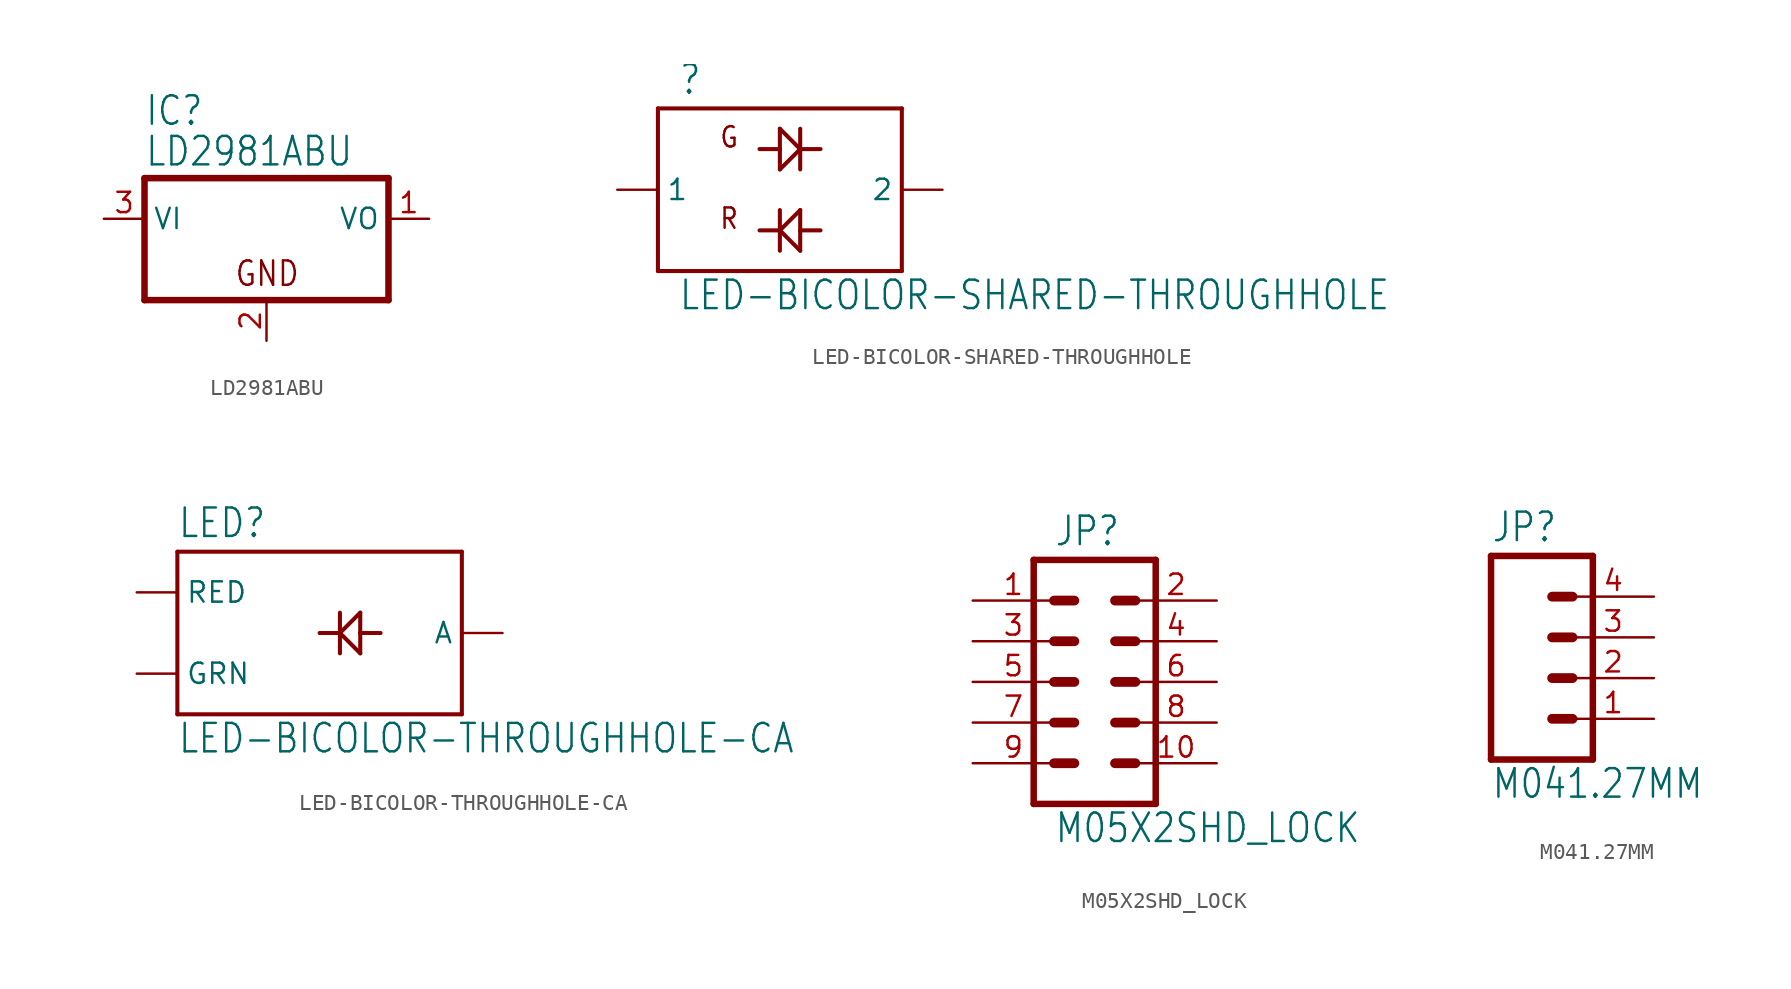
<source format=kicad_sym>
(kicad_symbol_lib
  (version 20211014)
  (generator kicad_symbol_editor)
  (symbol "LD2981ABU"
    (property "Reference" "IC"
      (at -7.62 5.715 0)
      (effects (font (size 1.778 1.511)) (justify left bottom)))
    (property "Value" "LD2981ABU"
      (at -7.62 3.175 0)
      (effects (font (size 1.778 1.511)) (justify left bottom)))
    (property "ki_locked" ""
      (at 0 0 0)
      (effects (font (size 1.27 1.27))))
    (symbol "LD2981ABU_1_0"
      (polyline (pts (xy -7.62 -5.08) (xy 7.62 -5.08)) (stroke (width 0.406) (type default) (color 0 0 0 0)) (fill (type none)))
      (polyline (pts (xy -7.62 2.54) (xy -7.62 -5.08)) (stroke (width 0.406) (type default) (color 0 0 0 0)) (fill (type none)))
      (polyline (pts (xy 7.62 -5.08) (xy 7.62 2.54)) (stroke (width 0.406) (type default) (color 0 0 0 0)) (fill (type none)))
      (polyline (pts (xy 7.62 2.54) (xy -7.62 2.54)) (stroke (width 0.406) (type default) (color 0 0 0 0)) (fill (type none)))
      (text "GND" (at -2.032 -4.318 0) (effects (font (size 1.524 1.295)) (justify left bottom)))
      (pin passive line (at 10.16 0 180) (length 2.54) (name "VO" (effects (font (size 1.27 1.27)))) (number "1" (effects (font (size 1.27 1.27)))))
      (pin passive line (at 0 -7.62 90) (length 2.54) (name "GND" (effects (font (size 0 0)))) (number "2" (effects (font (size 1.27 1.27)))))
      (pin input line (at -10.16 0 0) (length 2.54) (name "VI" (effects (font (size 1.27 1.27)))) (number "3" (effects (font (size 1.27 1.27)))))))
  (symbol "LED-BICOLOR-SHARED-THROUGHHOLE"
    (property "Reference" ""
      (at -6.35 5.842 0)
      (effects (font (size 1.778 1.511)) (justify left bottom)))
    (property "Value" "LED-BICOLOR-SHARED-THROUGHHOLE"
      (at -6.35 -7.62 0)
      (effects (font (size 1.778 1.511)) (justify left bottom)))
    (property "ki_locked" ""
      (at 0 0 0)
      (effects (font (size 1.27 1.27))))
    (symbol "LED-BICOLOR-SHARED-THROUGHHOLE_1_0"
      (polyline (pts (xy -7.62 -5.08) (xy -7.62 5.08)) (stroke (width 0.254) (type default) (color 0 0 0 0)) (fill (type none)))
      (polyline (pts (xy -7.62 5.08) (xy 7.62 5.08)) (stroke (width 0.254) (type default) (color 0 0 0 0)) (fill (type none)))
      (polyline (pts (xy 0 -2.54) (xy -1.27 -2.54)) (stroke (width 0.254) (type default) (color 0 0 0 0)) (fill (type none)))
      (polyline (pts (xy 0 -2.54) (xy 0 -3.81)) (stroke (width 0.254) (type default) (color 0 0 0 0)) (fill (type none)))
      (polyline (pts (xy 0 -2.54) (xy 1.27 -1.27)) (stroke (width 0.254) (type default) (color 0 0 0 0)) (fill (type none)))
      (polyline (pts (xy 0 -1.27) (xy 0 -2.54)) (stroke (width 0.254) (type default) (color 0 0 0 0)) (fill (type none)))
      (polyline (pts (xy 0 1.27) (xy 1.27 2.54)) (stroke (width 0.254) (type default) (color 0 0 0 0)) (fill (type none)))
      (polyline (pts (xy 0 2.54) (xy -1.27 2.54)) (stroke (width 0.254) (type default) (color 0 0 0 0)) (fill (type none)))
      (polyline (pts (xy 0 2.54) (xy 0 1.27)) (stroke (width 0.254) (type default) (color 0 0 0 0)) (fill (type none)))
      (polyline (pts (xy 0 3.81) (xy 0 2.54)) (stroke (width 0.254) (type default) (color 0 0 0 0)) (fill (type none)))
      (polyline (pts (xy 1.27 -3.81) (xy 0 -2.54)) (stroke (width 0.254) (type default) (color 0 0 0 0)) (fill (type none)))
      (polyline (pts (xy 1.27 -2.54) (xy 1.27 -3.81)) (stroke (width 0.254) (type default) (color 0 0 0 0)) (fill (type none)))
      (polyline (pts (xy 1.27 -2.54) (xy 2.54 -2.54)) (stroke (width 0.254) (type default) (color 0 0 0 0)) (fill (type none)))
      (polyline (pts (xy 1.27 -1.27) (xy 1.27 -2.54)) (stroke (width 0.254) (type default) (color 0 0 0 0)) (fill (type none)))
      (polyline (pts (xy 1.27 2.54) (xy 0 3.81)) (stroke (width 0.254) (type default) (color 0 0 0 0)) (fill (type none)))
      (polyline (pts (xy 1.27 2.54) (xy 1.27 1.27)) (stroke (width 0.254) (type default) (color 0 0 0 0)) (fill (type none)))
      (polyline (pts (xy 1.27 2.54) (xy 2.54 2.54)) (stroke (width 0.254) (type default) (color 0 0 0 0)) (fill (type none)))
      (polyline (pts (xy 1.27 3.81) (xy 1.27 2.54)) (stroke (width 0.254) (type default) (color 0 0 0 0)) (fill (type none)))
      (polyline (pts (xy 7.62 -5.08) (xy -7.62 -5.08)) (stroke (width 0.254) (type default) (color 0 0 0 0)) (fill (type none)))
      (polyline (pts (xy 7.62 5.08) (xy 7.62 -5.08)) (stroke (width 0.254) (type default) (color 0 0 0 0)) (fill (type none)))
      (text "G" (at -3.81 2.54 0) (effects (font (size 1.27 1.079)) (justify left bottom)))
      (text "R" (at -3.81 -2.54 0) (effects (font (size 1.27 1.079)) (justify left bottom)))
      (pin bidirectional line (at -10.16 0 0) (length 2.54) (name "1" (effects (font (size 1.27 1.27)))) (number "1" (effects (font (size 0 0)))))
      (pin bidirectional line (at 10.16 0 180) (length 2.54) (name "2" (effects (font (size 1.27 1.27)))) (number "2" (effects (font (size 0 0)))))))
  (symbol "LED-BICOLOR-THROUGHHOLE-CA"
    (property "Reference" "LED"
      (at -10.16 5.842 0)
      (effects (font (size 1.778 1.511)) (justify left bottom)))
    (property "Value" "LED-BICOLOR-THROUGHHOLE-CA"
      (at -10.16 -7.62 0)
      (effects (font (size 1.778 1.511)) (justify left bottom)))
    (property "ki_locked" ""
      (at 0 0 0)
      (effects (font (size 1.27 1.27))))
    (symbol "LED-BICOLOR-THROUGHHOLE-CA_1_0"
      (polyline (pts (xy -10.16 -5.08) (xy -10.16 5.08)) (stroke (width 0.254) (type default) (color 0 0 0 0)) (fill (type none)))
      (polyline (pts (xy -10.16 5.08) (xy 7.62 5.08)) (stroke (width 0.254) (type default) (color 0 0 0 0)) (fill (type none)))
      (polyline (pts (xy 0 -1.27) (xy 0 0)) (stroke (width 0.254) (type default) (color 0 0 0 0)) (fill (type none)))
      (polyline (pts (xy 0 0) (xy -1.27 0)) (stroke (width 0.254) (type default) (color 0 0 0 0)) (fill (type none)))
      (polyline (pts (xy 0 0) (xy 0 1.27)) (stroke (width 0.254) (type default) (color 0 0 0 0)) (fill (type none)))
      (polyline (pts (xy 0 0) (xy 1.27 -1.27)) (stroke (width 0.254) (type default) (color 0 0 0 0)) (fill (type none)))
      (polyline (pts (xy 1.27 -1.27) (xy 1.27 0)) (stroke (width 0.254) (type default) (color 0 0 0 0)) (fill (type none)))
      (polyline (pts (xy 1.27 0) (xy 1.27 1.27)) (stroke (width 0.254) (type default) (color 0 0 0 0)) (fill (type none)))
      (polyline (pts (xy 1.27 0) (xy 2.54 0)) (stroke (width 0.254) (type default) (color 0 0 0 0)) (fill (type none)))
      (polyline (pts (xy 1.27 1.27) (xy 0 0)) (stroke (width 0.254) (type default) (color 0 0 0 0)) (fill (type none)))
      (polyline (pts (xy 7.62 -5.08) (xy -10.16 -5.08)) (stroke (width 0.254) (type default) (color 0 0 0 0)) (fill (type none)))
      (polyline (pts (xy 7.62 5.08) (xy 7.62 -5.08)) (stroke (width 0.254) (type default) (color 0 0 0 0)) (fill (type none)))
      (pin bidirectional line (at 10.16 0 180) (length 2.54) (name "A" (effects (font (size 1.27 1.27)))) (number "A" (effects (font (size 0 0)))))
      (pin bidirectional line (at -12.7 -2.54 0) (length 2.54) (name "GRN" (effects (font (size 1.27 1.27)))) (number "GREEN_C" (effects (font (size 0 0)))))
      (pin bidirectional line (at -12.7 2.54 0) (length 2.54) (name "RED" (effects (font (size 1.27 1.27)))) (number "RED_C" (effects (font (size 0 0)))))))
  (symbol "M05X2SHD_LOCK"
    (property "Reference" "JP"
      (at -2.54 8.382 0)
      (effects (font (size 1.778 1.511)) (justify left bottom)))
    (property "Value" "M05X2SHD_LOCK"
      (at -2.54 -10.16 0)
      (effects (font (size 1.778 1.511)) (justify left bottom)))
    (property "ki_locked" ""
      (at 0 0 0)
      (effects (font (size 1.27 1.27))))
    (symbol "M05X2SHD_LOCK_1_0"
      (polyline (pts (xy -3.81 7.62) (xy -3.81 -7.62)) (stroke (width 0.406) (type default) (color 0 0 0 0)) (fill (type none)))
      (polyline (pts (xy -3.81 7.62) (xy 3.81 7.62)) (stroke (width 0.406) (type default) (color 0 0 0 0)) (fill (type none)))
      (polyline (pts (xy -1.27 -5.08) (xy -2.54 -5.08)) (stroke (width 0.61) (type default) (color 0 0 0 0)) (fill (type none)))
      (polyline (pts (xy -1.27 -2.54) (xy -2.54 -2.54)) (stroke (width 0.61) (type default) (color 0 0 0 0)) (fill (type none)))
      (polyline (pts (xy -1.27 0) (xy -2.54 0)) (stroke (width 0.61) (type default) (color 0 0 0 0)) (fill (type none)))
      (polyline (pts (xy -1.27 2.54) (xy -2.54 2.54)) (stroke (width 0.61) (type default) (color 0 0 0 0)) (fill (type none)))
      (polyline (pts (xy -1.27 5.08) (xy -2.54 5.08)) (stroke (width 0.61) (type default) (color 0 0 0 0)) (fill (type none)))
      (polyline (pts (xy 1.27 -5.08) (xy 2.54 -5.08)) (stroke (width 0.61) (type default) (color 0 0 0 0)) (fill (type none)))
      (polyline (pts (xy 1.27 -2.54) (xy 2.54 -2.54)) (stroke (width 0.61) (type default) (color 0 0 0 0)) (fill (type none)))
      (polyline (pts (xy 1.27 0) (xy 2.54 0)) (stroke (width 0.61) (type default) (color 0 0 0 0)) (fill (type none)))
      (polyline (pts (xy 1.27 2.54) (xy 2.54 2.54)) (stroke (width 0.61) (type default) (color 0 0 0 0)) (fill (type none)))
      (polyline (pts (xy 1.27 5.08) (xy 2.54 5.08)) (stroke (width 0.61) (type default) (color 0 0 0 0)) (fill (type none)))
      (polyline (pts (xy 3.81 -7.62) (xy -3.81 -7.62)) (stroke (width 0.406) (type default) (color 0 0 0 0)) (fill (type none)))
      (polyline (pts (xy 3.81 -7.62) (xy 3.81 7.62)) (stroke (width 0.406) (type default) (color 0 0 0 0)) (fill (type none)))
      (pin passive line (at -7.62 5.08 0) (length 5.08) (name "1" (effects (font (size 0 0)))) (number "1" (effects (font (size 1.27 1.27)))))
      (pin passive line (at 7.62 -5.08 180) (length 5.08) (name "10" (effects (font (size 0 0)))) (number "10" (effects (font (size 1.27 1.27)))))
      (pin passive line (at 7.62 5.08 180) (length 5.08) (name "2" (effects (font (size 0 0)))) (number "2" (effects (font (size 1.27 1.27)))))
      (pin passive line (at -7.62 2.54 0) (length 5.08) (name "3" (effects (font (size 0 0)))) (number "3" (effects (font (size 1.27 1.27)))))
      (pin passive line (at 7.62 2.54 180) (length 5.08) (name "4" (effects (font (size 0 0)))) (number "4" (effects (font (size 1.27 1.27)))))
      (pin passive line (at -7.62 0 0) (length 5.08) (name "5" (effects (font (size 0 0)))) (number "5" (effects (font (size 1.27 1.27)))))
      (pin passive line (at 7.62 0 180) (length 5.08) (name "6" (effects (font (size 0 0)))) (number "6" (effects (font (size 1.27 1.27)))))
      (pin passive line (at -7.62 -2.54 0) (length 5.08) (name "7" (effects (font (size 0 0)))) (number "7" (effects (font (size 1.27 1.27)))))
      (pin passive line (at 7.62 -2.54 180) (length 5.08) (name "8" (effects (font (size 0 0)))) (number "8" (effects (font (size 1.27 1.27)))))
      (pin passive line (at -7.62 -5.08 0) (length 5.08) (name "9" (effects (font (size 0 0)))) (number "9" (effects (font (size 1.27 1.27)))))))
  (symbol "M041.27MM"
    (property "Reference" "JP"
      (at -5.08 8.382 0)
      (effects (font (size 1.778 1.511)) (justify left bottom)))
    (property "Value" "M041.27MM"
      (at -5.08 -7.62 0)
      (effects (font (size 1.778 1.511)) (justify left bottom)))
    (property "ki_locked" ""
      (at 0 0 0)
      (effects (font (size 1.27 1.27))))
    (symbol "M041.27MM_1_0"
      (polyline (pts (xy -5.08 7.62) (xy -5.08 -5.08)) (stroke (width 0.406) (type default) (color 0 0 0 0)) (fill (type none)))
      (polyline (pts (xy -5.08 7.62) (xy 1.27 7.62)) (stroke (width 0.406) (type default) (color 0 0 0 0)) (fill (type none)))
      (polyline (pts (xy -1.27 -2.54) (xy 0 -2.54)) (stroke (width 0.61) (type default) (color 0 0 0 0)) (fill (type none)))
      (polyline (pts (xy -1.27 0) (xy 0 0)) (stroke (width 0.61) (type default) (color 0 0 0 0)) (fill (type none)))
      (polyline (pts (xy -1.27 2.54) (xy 0 2.54)) (stroke (width 0.61) (type default) (color 0 0 0 0)) (fill (type none)))
      (polyline (pts (xy -1.27 5.08) (xy 0 5.08)) (stroke (width 0.61) (type default) (color 0 0 0 0)) (fill (type none)))
      (polyline (pts (xy 1.27 -5.08) (xy -5.08 -5.08)) (stroke (width 0.406) (type default) (color 0 0 0 0)) (fill (type none)))
      (polyline (pts (xy 1.27 -5.08) (xy 1.27 7.62)) (stroke (width 0.406) (type default) (color 0 0 0 0)) (fill (type none)))
      (pin passive line (at 5.08 -2.54 180) (length 5.08) (name "1" (effects (font (size 0 0)))) (number "1" (effects (font (size 1.27 1.27)))))
      (pin passive line (at 5.08 0 180) (length 5.08) (name "2" (effects (font (size 0 0)))) (number "2" (effects (font (size 1.27 1.27)))))
      (pin passive line (at 5.08 2.54 180) (length 5.08) (name "3" (effects (font (size 0 0)))) (number "3" (effects (font (size 1.27 1.27)))))
      (pin passive line (at 5.08 5.08 180) (length 5.08) (name "4" (effects (font (size 0 0)))) (number "4" (effects (font (size 1.27 1.27))))))))
</source>
